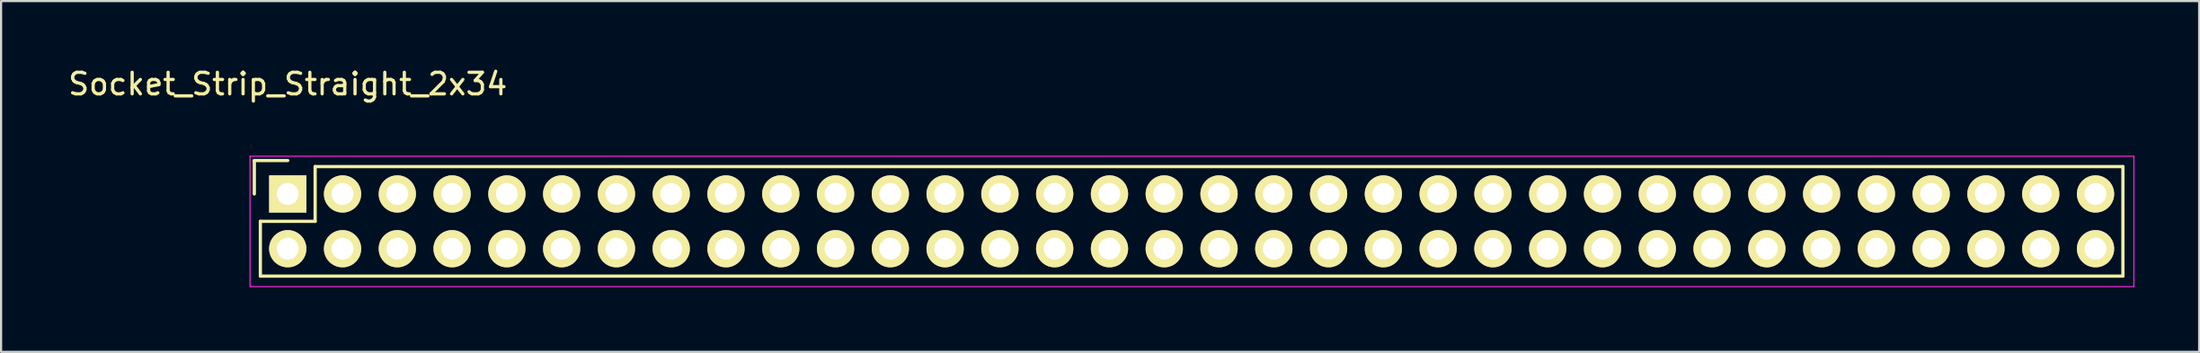
<source format=kicad_pcb>
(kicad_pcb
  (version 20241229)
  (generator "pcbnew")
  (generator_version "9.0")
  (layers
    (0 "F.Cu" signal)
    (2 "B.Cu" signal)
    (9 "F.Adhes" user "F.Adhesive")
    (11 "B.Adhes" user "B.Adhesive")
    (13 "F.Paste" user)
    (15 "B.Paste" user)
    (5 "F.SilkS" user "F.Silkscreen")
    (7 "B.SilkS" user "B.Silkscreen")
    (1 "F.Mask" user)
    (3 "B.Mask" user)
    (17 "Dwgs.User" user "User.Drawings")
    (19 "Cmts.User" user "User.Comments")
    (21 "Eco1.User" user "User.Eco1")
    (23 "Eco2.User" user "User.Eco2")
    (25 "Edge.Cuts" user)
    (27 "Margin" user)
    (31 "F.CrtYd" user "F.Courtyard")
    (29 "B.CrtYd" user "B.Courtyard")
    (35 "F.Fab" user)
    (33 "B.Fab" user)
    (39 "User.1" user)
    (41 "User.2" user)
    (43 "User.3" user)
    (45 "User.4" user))
  (footprint "Socket_Strip_Straight_2x34"
    (layer "F.Cu")
    (at 10.292 5.948)
    (property "Reference" "Socket_Strip_Straight_2x34" (at 0 -5.1 0) (layer "F.SilkS") (effects (font (size 1 1) (thickness 0.15))))
    (attr through_hole)
    (fp_line (start -1.55 -1.55) (end -1.55 0) (stroke (width 0.15) (type solid)) (layer "F.SilkS"))
    (fp_line (start -1.27 1.27) (end 1.27 1.27) (stroke (width 0.15) (type solid)) (layer "F.SilkS"))
    (fp_line (start -1.27 3.81) (end -1.27 1.27) (stroke (width 0.15) (type solid)) (layer "F.SilkS"))
    (fp_line (start 0 -1.55) (end -1.55 -1.55) (stroke (width 0.15) (type solid)) (layer "F.SilkS"))
    (fp_line (start 1.27 -1.27) (end 85.09 -1.27) (stroke (width 0.15) (type solid)) (layer "F.SilkS"))
    (fp_line (start 1.27 1.27) (end 1.27 -1.27) (stroke (width 0.15) (type solid)) (layer "F.SilkS"))
    (fp_line (start 85.09 3.81) (end -1.27 3.81) (stroke (width 0.15) (type solid)) (layer "F.SilkS"))
    (fp_line (start 85.09 3.81) (end 85.09 -1.27) (stroke (width 0.15) (type solid)) (layer "F.SilkS"))
    (fp_line (start -1.75 -1.75) (end -1.75 4.3) (stroke (width 0.05) (type solid)) (layer "F.CrtYd"))
    (fp_line (start -1.75 -1.75) (end 85.6 -1.75) (stroke (width 0.05) (type solid)) (layer "F.CrtYd"))
    (fp_line (start -1.75 4.3) (end 85.6 4.3) (stroke (width 0.05) (type solid)) (layer "F.CrtYd"))
    (fp_line (start 85.6 -1.75) (end 85.6 4.3) (stroke (width 0.05) (type solid)) (layer "F.CrtYd"))
    (pad "1" thru_hole rect (at 0 0) (size 1.727 1.727) (drill 1.016) (layers "*.Cu" "*.Mask" "F.SilkS"))
    (pad "2" thru_hole oval (at 0 2.54) (size 1.727 1.727) (drill 1.016) (layers "*.Cu" "*.Mask" "F.SilkS"))
    (pad "3" thru_hole oval (at 2.54 0) (size 1.727 1.727) (drill 1.016) (layers "*.Cu" "*.Mask" "F.SilkS"))
    (pad "4" thru_hole oval (at 2.54 2.54) (size 1.727 1.727) (drill 1.016) (layers "*.Cu" "*.Mask" "F.SilkS"))
    (pad "5" thru_hole oval (at 5.08 0) (size 1.727 1.727) (drill 1.016) (layers "*.Cu" "*.Mask" "F.SilkS"))
    (pad "6" thru_hole oval (at 5.08 2.54) (size 1.727 1.727) (drill 1.016) (layers "*.Cu" "*.Mask" "F.SilkS"))
    (pad "7" thru_hole oval (at 7.62 0) (size 1.727 1.727) (drill 1.016) (layers "*.Cu" "*.Mask" "F.SilkS"))
    (pad "8" thru_hole oval (at 7.62 2.54) (size 1.727 1.727) (drill 1.016) (layers "*.Cu" "*.Mask" "F.SilkS"))
    (pad "9" thru_hole oval (at 10.16 0) (size 1.727 1.727) (drill 1.016) (layers "*.Cu" "*.Mask" "F.SilkS"))
    (pad "10" thru_hole oval (at 10.16 2.54) (size 1.727 1.727) (drill 1.016) (layers "*.Cu" "*.Mask" "F.SilkS"))
    (pad "11" thru_hole oval (at 12.7 0) (size 1.727 1.727) (drill 1.016) (layers "*.Cu" "*.Mask" "F.SilkS"))
    (pad "12" thru_hole oval (at 12.7 2.54) (size 1.727 1.727) (drill 1.016) (layers "*.Cu" "*.Mask" "F.SilkS"))
    (pad "13" thru_hole oval (at 15.24 0) (size 1.727 1.727) (drill 1.016) (layers "*.Cu" "*.Mask" "F.SilkS"))
    (pad "14" thru_hole oval (at 15.24 2.54) (size 1.727 1.727) (drill 1.016) (layers "*.Cu" "*.Mask" "F.SilkS"))
    (pad "15" thru_hole oval (at 17.78 0) (size 1.727 1.727) (drill 1.016) (layers "*.Cu" "*.Mask" "F.SilkS"))
    (pad "16" thru_hole oval (at 17.78 2.54) (size 1.727 1.727) (drill 1.016) (layers "*.Cu" "*.Mask" "F.SilkS"))
    (pad "17" thru_hole oval (at 20.32 0) (size 1.727 1.727) (drill 1.016) (layers "*.Cu" "*.Mask" "F.SilkS"))
    (pad "18" thru_hole oval (at 20.32 2.54) (size 1.727 1.727) (drill 1.016) (layers "*.Cu" "*.Mask" "F.SilkS"))
    (pad "19" thru_hole oval (at 22.86 0) (size 1.727 1.727) (drill 1.016) (layers "*.Cu" "*.Mask" "F.SilkS"))
    (pad "20" thru_hole oval (at 22.86 2.54) (size 1.727 1.727) (drill 1.016) (layers "*.Cu" "*.Mask" "F.SilkS"))
    (pad "21" thru_hole oval (at 25.4 0) (size 1.727 1.727) (drill 1.016) (layers "*.Cu" "*.Mask" "F.SilkS"))
    (pad "22" thru_hole oval (at 25.4 2.54) (size 1.727 1.727) (drill 1.016) (layers "*.Cu" "*.Mask" "F.SilkS"))
    (pad "23" thru_hole oval (at 27.94 0) (size 1.727 1.727) (drill 1.016) (layers "*.Cu" "*.Mask" "F.SilkS"))
    (pad "24" thru_hole oval (at 27.94 2.54) (size 1.727 1.727) (drill 1.016) (layers "*.Cu" "*.Mask" "F.SilkS"))
    (pad "25" thru_hole oval (at 30.48 0) (size 1.727 1.727) (drill 1.016) (layers "*.Cu" "*.Mask" "F.SilkS"))
    (pad "26" thru_hole oval (at 30.48 2.54) (size 1.727 1.727) (drill 1.016) (layers "*.Cu" "*.Mask" "F.SilkS"))
    (pad "27" thru_hole oval (at 33.02 0) (size 1.727 1.727) (drill 1.016) (layers "*.Cu" "*.Mask" "F.SilkS"))
    (pad "28" thru_hole oval (at 33.02 2.54) (size 1.727 1.727) (drill 1.016) (layers "*.Cu" "*.Mask" "F.SilkS"))
    (pad "29" thru_hole oval (at 35.56 0) (size 1.727 1.727) (drill 1.016) (layers "*.Cu" "*.Mask" "F.SilkS"))
    (pad "30" thru_hole oval (at 35.56 2.54) (size 1.727 1.727) (drill 1.016) (layers "*.Cu" "*.Mask" "F.SilkS"))
    (pad "31" thru_hole oval (at 38.1 0) (size 1.727 1.727) (drill 1.016) (layers "*.Cu" "*.Mask" "F.SilkS"))
    (pad "32" thru_hole oval (at 38.1 2.54) (size 1.727 1.727) (drill 1.016) (layers "*.Cu" "*.Mask" "F.SilkS"))
    (pad "33" thru_hole oval (at 40.64 0) (size 1.727 1.727) (drill 1.016) (layers "*.Cu" "*.Mask" "F.SilkS"))
    (pad "34" thru_hole oval (at 40.64 2.54) (size 1.727 1.727) (drill 1.016) (layers "*.Cu" "*.Mask" "F.SilkS"))
    (pad "35" thru_hole oval (at 43.18 0) (size 1.727 1.727) (drill 1.016) (layers "*.Cu" "*.Mask" "F.SilkS"))
    (pad "36" thru_hole oval (at 43.18 2.54) (size 1.727 1.727) (drill 1.016) (layers "*.Cu" "*.Mask" "F.SilkS"))
    (pad "37" thru_hole oval (at 45.72 0) (size 1.727 1.727) (drill 1.016) (layers "*.Cu" "*.Mask" "F.SilkS"))
    (pad "38" thru_hole oval (at 45.72 2.54) (size 1.727 1.727) (drill 1.016) (layers "*.Cu" "*.Mask" "F.SilkS"))
    (pad "39" thru_hole oval (at 48.26 0) (size 1.727 1.727) (drill 1.016) (layers "*.Cu" "*.Mask" "F.SilkS"))
    (pad "40" thru_hole oval (at 48.26 2.54) (size 1.727 1.727) (drill 1.016) (layers "*.Cu" "*.Mask" "F.SilkS"))
    (pad "41" thru_hole oval (at 50.8 0) (size 1.727 1.727) (drill 1.016) (layers "*.Cu" "*.Mask" "F.SilkS"))
    (pad "42" thru_hole oval (at 50.8 2.54) (size 1.727 1.727) (drill 1.016) (layers "*.Cu" "*.Mask" "F.SilkS"))
    (pad "43" thru_hole oval (at 53.34 0) (size 1.727 1.727) (drill 1.016) (layers "*.Cu" "*.Mask" "F.SilkS"))
    (pad "44" thru_hole oval (at 53.34 2.54) (size 1.727 1.727) (drill 1.016) (layers "*.Cu" "*.Mask" "F.SilkS"))
    (pad "45" thru_hole oval (at 55.88 0) (size 1.727 1.727) (drill 1.016) (layers "*.Cu" "*.Mask" "F.SilkS"))
    (pad "46" thru_hole oval (at 55.88 2.54) (size 1.727 1.727) (drill 1.016) (layers "*.Cu" "*.Mask" "F.SilkS"))
    (pad "47" thru_hole oval (at 58.42 0) (size 1.727 1.727) (drill 1.016) (layers "*.Cu" "*.Mask" "F.SilkS"))
    (pad "48" thru_hole oval (at 58.42 2.54) (size 1.727 1.727) (drill 1.016) (layers "*.Cu" "*.Mask" "F.SilkS"))
    (pad "49" thru_hole oval (at 60.96 0) (size 1.727 1.727) (drill 1.016) (layers "*.Cu" "*.Mask" "F.SilkS"))
    (pad "50" thru_hole oval (at 60.96 2.54) (size 1.727 1.727) (drill 1.016) (layers "*.Cu" "*.Mask" "F.SilkS"))
    (pad "51" thru_hole oval (at 63.5 0) (size 1.727 1.727) (drill 1.016) (layers "*.Cu" "*.Mask" "F.SilkS"))
    (pad "52" thru_hole oval (at 63.5 2.54) (size 1.727 1.727) (drill 1.016) (layers "*.Cu" "*.Mask" "F.SilkS"))
    (pad "53" thru_hole oval (at 66.04 0) (size 1.727 1.727) (drill 1.016) (layers "*.Cu" "*.Mask" "F.SilkS"))
    (pad "54" thru_hole oval (at 66.04 2.54) (size 1.727 1.727) (drill 1.016) (layers "*.Cu" "*.Mask" "F.SilkS"))
    (pad "55" thru_hole oval (at 68.58 0) (size 1.727 1.727) (drill 1.016) (layers "*.Cu" "*.Mask" "F.SilkS"))
    (pad "56" thru_hole oval (at 68.58 2.54) (size 1.727 1.727) (drill 1.016) (layers "*.Cu" "*.Mask" "F.SilkS"))
    (pad "57" thru_hole oval (at 71.12 0) (size 1.727 1.727) (drill 1.016) (layers "*.Cu" "*.Mask" "F.SilkS"))
    (pad "58" thru_hole oval (at 71.12 2.54) (size 1.727 1.727) (drill 1.016) (layers "*.Cu" "*.Mask" "F.SilkS"))
    (pad "59" thru_hole oval (at 73.66 0) (size 1.727 1.727) (drill 1.016) (layers "*.Cu" "*.Mask" "F.SilkS"))
    (pad "60" thru_hole oval (at 73.66 2.54) (size 1.727 1.727) (drill 1.016) (layers "*.Cu" "*.Mask" "F.SilkS"))
    (pad "61" thru_hole oval (at 76.2 0) (size 1.727 1.727) (drill 1.016) (layers "*.Cu" "*.Mask" "F.SilkS"))
    (pad "62" thru_hole oval (at 76.2 2.54) (size 1.727 1.727) (drill 1.016) (layers "*.Cu" "*.Mask" "F.SilkS"))
    (pad "63" thru_hole oval (at 78.74 0) (size 1.727 1.727) (drill 1.016) (layers "*.Cu" "*.Mask" "F.SilkS"))
    (pad "64" thru_hole oval (at 78.74 2.54) (size 1.727 1.727) (drill 1.016) (layers "*.Cu" "*.Mask" "F.SilkS"))
    (pad "65" thru_hole oval (at 81.28 0) (size 1.727 1.727) (drill 1.016) (layers "*.Cu" "*.Mask" "F.SilkS"))
    (pad "66" thru_hole oval (at 81.28 2.54) (size 1.727 1.727) (drill 1.016) (layers "*.Cu" "*.Mask" "F.SilkS"))
    (pad "67" thru_hole oval (at 83.82 0) (size 1.727 1.727) (drill 1.016) (layers "*.Cu" "*.Mask" "F.SilkS"))
    (pad "68" thru_hole oval (at 83.82 2.54) (size 1.727 1.727) (drill 1.016) (layers "*.Cu" "*.Mask" "F.SilkS")))
  (gr_rect
    (start -3 -3)
    (end 98.917 13.273)
    (stroke (width 0.1) (type default))
    (fill no)
    (layer "Edge.Cuts")))
</source>
